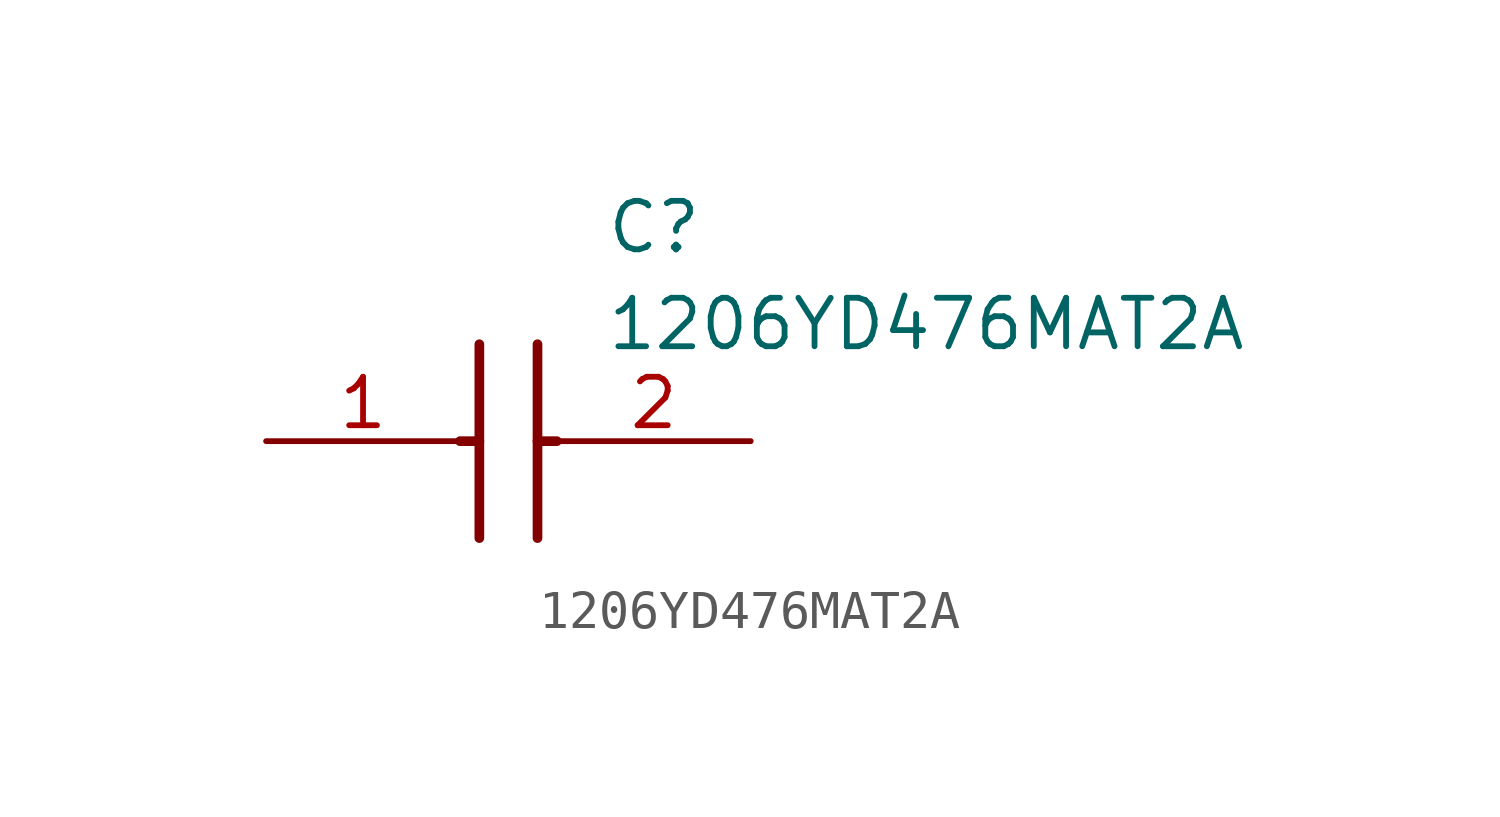
<source format=kicad_sym>
(kicad_symbol_lib
  (version 20211014)
  (generator SamacSys_ECAD_Model)
  (symbol "1206YD476MAT2A"
    (pin_names hide)
    (property "Reference" "C"
      (at 8.89 6.35 0)
      (effects (font (size 1.27 1.27)) (justify left top)))
    (property "Value" "1206YD476MAT2A"
      (at 8.89 3.81 0)
      (effects (font (size 1.27 1.27)) (justify left top)))
    (polyline
      (pts (xy 5.588 2.54) (xy 5.588 -2.54))
      (stroke (width 0.254) (type default))
      (fill (type none)))
    (polyline
      (pts (xy 7.112 2.54) (xy 7.112 -2.54))
      (stroke (width 0.254) (type default))
      (fill (type none)))
    (polyline
      (pts (xy 5.08 0) (xy 5.588 0))
      (stroke (width 0.254) (type default))
      (fill (type none)))
    (polyline
      (pts (xy 7.112 0) (xy 7.62 0))
      (stroke (width 0.254) (type default))
      (fill (type none)))
    (pin passive line
      (at 0 0 0)
      (length 5.08)
      (name "1" (effects (font (size 1.27 1.27))))
      (number "1" (effects (font (size 1.27 1.27)))))
    (pin passive line
      (at 12.7 0 180)
      (length 5.08)
      (name "2" (effects (font (size 1.27 1.27))))
      (number "2" (effects (font (size 1.27 1.27)))))))
</source>
